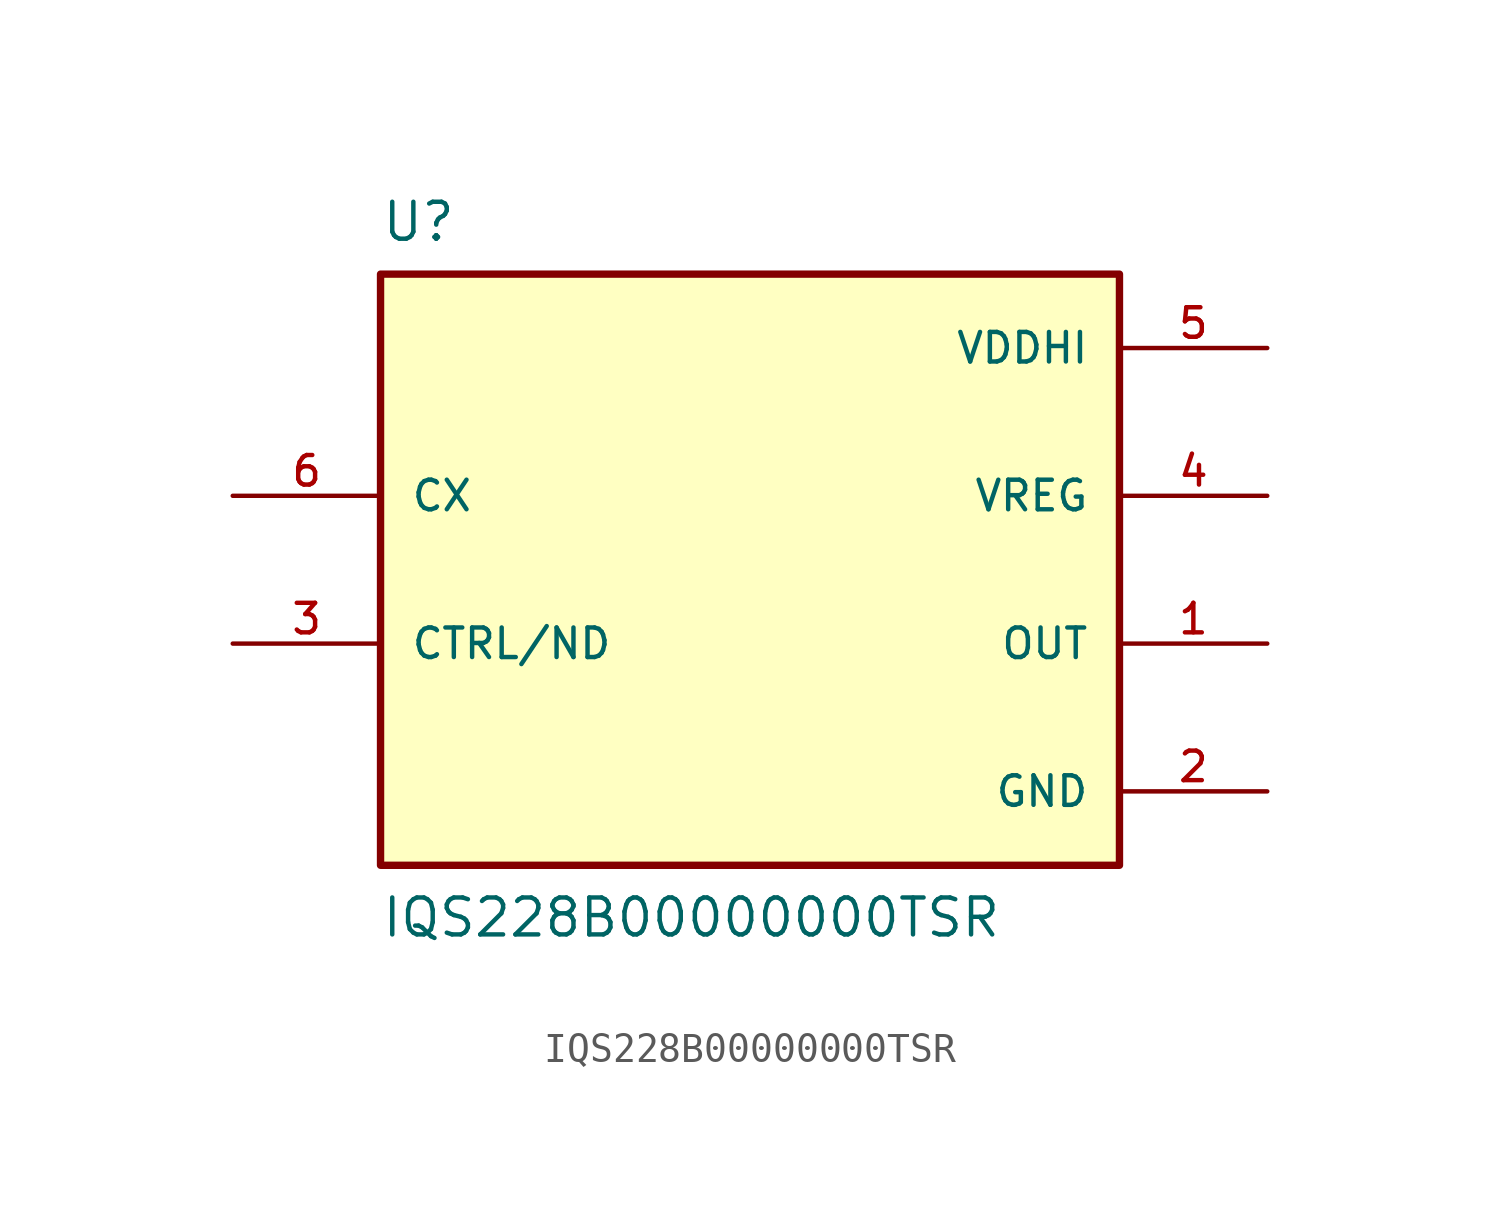
<source format=kicad_sym>
(kicad_symbol_lib
  (version 20211014)
  (generator kicad_symbol_editor)
  (symbol "IQS228B00000000TSR"
    (pin_names
      (offset 1.016))
    (property "Reference" "U"
      (at -12.7 12.7 0)
      (effects (font (size 1.27 1.27)) (justify top left)))
    (property "Value" "IQS228B00000000TSR"
      (at -12.7 -12.7 0)
      (effects (font (size 1.27 1.27)) (justify bottom left)))
    (symbol "IQS228B00000000TSR_0_0"
      (rectangle (start -12.7 -10.16) (end 12.7 10.16) (stroke (width 0.254)) (fill (type background)))
      (pin power_in line (at 17.78 7.62 180.0) (length 5.08) (name "VDDHI" (effects (font (size 1.016 1.016)))) (number "5" (effects (font (size 1.016 1.016)))))
      (pin power_in line (at 17.78 -7.62 180.0) (length 5.08) (name "GND" (effects (font (size 1.016 1.016)))) (number "2" (effects (font (size 1.016 1.016)))))
      (pin bidirectional line (at -17.78 2.54 0) (length 5.08) (name "CX" (effects (font (size 1.016 1.016)))) (number "6" (effects (font (size 1.016 1.016)))))
      (pin output line (at 17.78 -2.54 180.0) (length 5.08) (name "OUT" (effects (font (size 1.016 1.016)))) (number "1" (effects (font (size 1.016 1.016)))))
      (pin bidirectional line (at -17.78 -2.54 0) (length 5.08) (name "CTRL/ND" (effects (font (size 1.016 1.016)))) (number "3" (effects (font (size 1.016 1.016)))))
      (pin output line (at 17.78 2.54 180.0) (length 5.08) (name "VREG" (effects (font (size 1.016 1.016)))) (number "4" (effects (font (size 1.016 1.016))))))))
</source>
